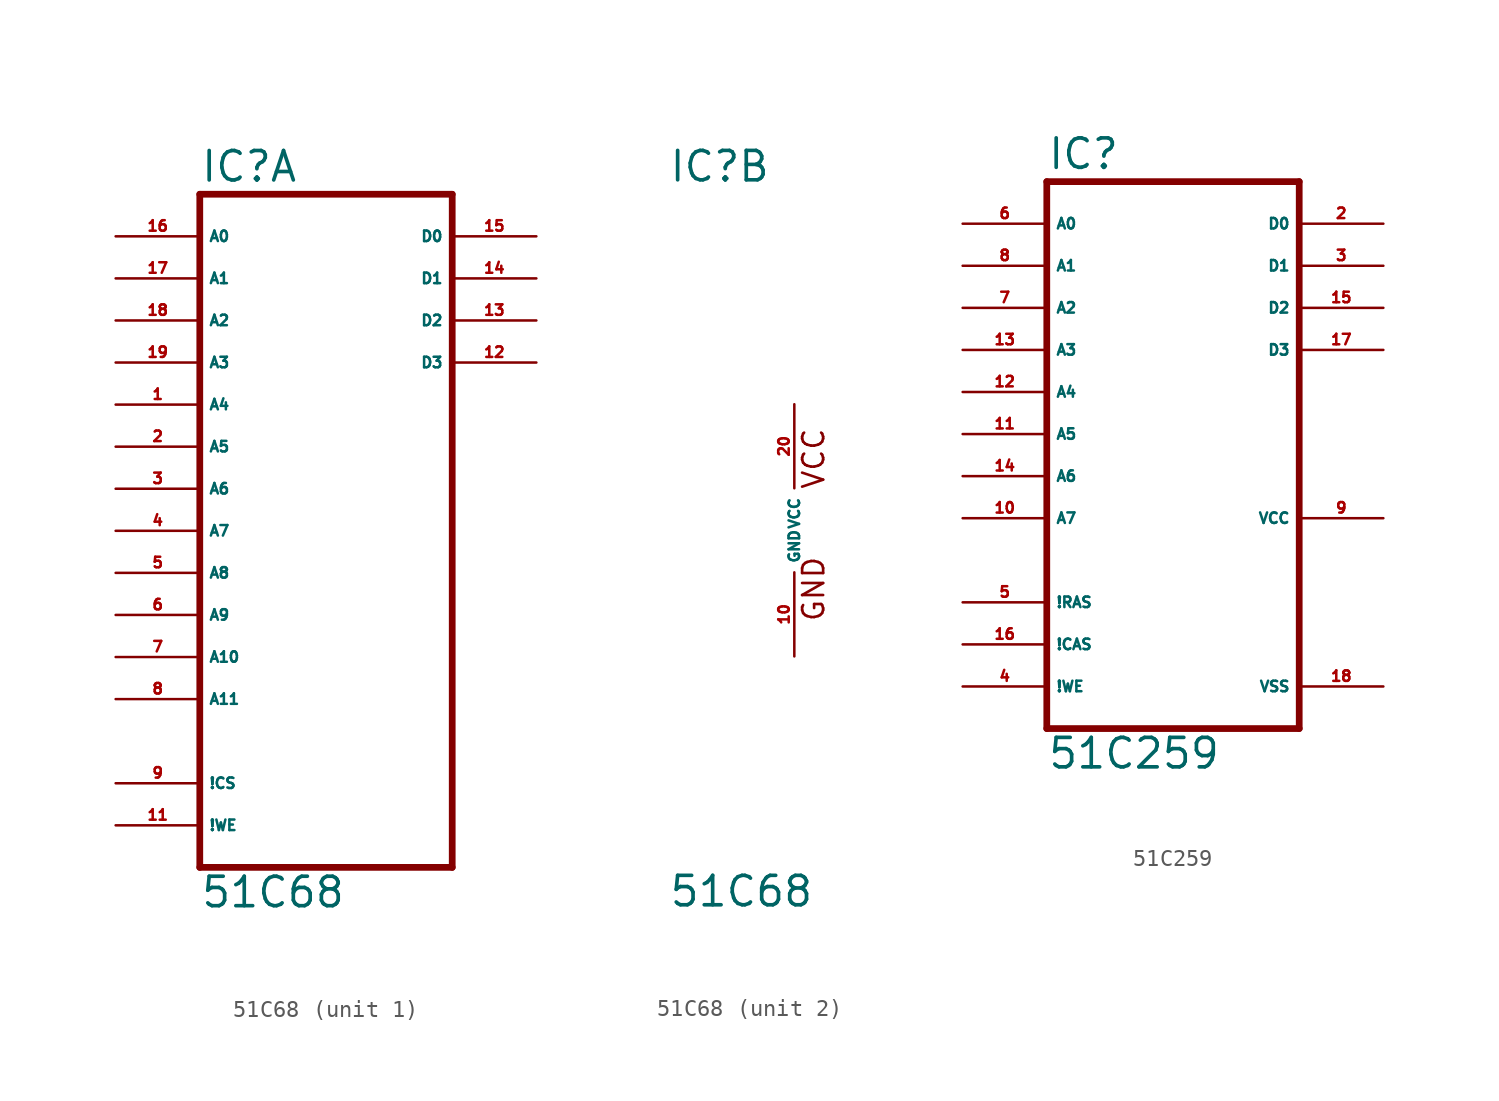
<source format=kicad_sym>
(kicad_symbol_lib
  (version 20220914)
  (generator Eagle2Kicad)
  (symbol "51C68"
    (property "Reference" "IC"
      (at -7.62 20.955 0)
      (effects (font (size 1.778 1.778) (thickness 0.22)) (justify left bottom)))
    (property "Value" "51C68"
      (at -7.62 -22.86 0)
      (effects (font (size 1.778 1.778) (thickness 0.22)) (justify left bottom)))
    (symbol "51C68_1_0"
      (polyline (pts (xy -7.62 -20.32) (xy 7.62 -20.32)) (stroke (width 0.406) (type default)) (fill (type none)))
      (polyline (pts (xy 7.62 -20.32) (xy 7.62 20.32)) (stroke (width 0.406) (type default)) (fill (type none)))
      (polyline (pts (xy 7.62 20.32) (xy -7.62 20.32)) (stroke (width 0.406) (type default)) (fill (type none)))
      (polyline (pts (xy -7.62 20.32) (xy -7.62 -20.32)) (stroke (width 0.406) (type default)) (fill (type none)))
      (pin input line (at -12.7 7.62 0) (length 5.08) (name "A4" (effects (font (size 0.635 0.635) (thickness 0.08)) (justify left bottom))) (number "1" (effects (font (size 0.635 0.635) (thickness 0.08)) (justify left bottom))))
      (pin input line (at -12.7 5.08 0) (length 5.08) (name "A5" (effects (font (size 0.635 0.635) (thickness 0.08)) (justify left bottom))) (number "2" (effects (font (size 0.635 0.635) (thickness 0.08)) (justify left bottom))))
      (pin input line (at -12.7 2.54 0) (length 5.08) (name "A6" (effects (font (size 0.635 0.635) (thickness 0.08)) (justify left bottom))) (number "3" (effects (font (size 0.635 0.635) (thickness 0.08)) (justify left bottom))))
      (pin input line (at -12.7 0 0) (length 5.08) (name "A7" (effects (font (size 0.635 0.635) (thickness 0.08)) (justify left bottom))) (number "4" (effects (font (size 0.635 0.635) (thickness 0.08)) (justify left bottom))))
      (pin input line (at -12.7 -2.54 0) (length 5.08) (name "A8" (effects (font (size 0.635 0.635) (thickness 0.08)) (justify left bottom))) (number "5" (effects (font (size 0.635 0.635) (thickness 0.08)) (justify left bottom))))
      (pin input line (at -12.7 -5.08 0) (length 5.08) (name "A9" (effects (font (size 0.635 0.635) (thickness 0.08)) (justify left bottom))) (number "6" (effects (font (size 0.635 0.635) (thickness 0.08)) (justify left bottom))))
      (pin input line (at -12.7 -7.62 0) (length 5.08) (name "A10" (effects (font (size 0.635 0.635) (thickness 0.08)) (justify left bottom))) (number "7" (effects (font (size 0.635 0.635) (thickness 0.08)) (justify left bottom))))
      (pin input line (at -12.7 -10.16 0) (length 5.08) (name "A11" (effects (font (size 0.635 0.635) (thickness 0.08)) (justify left bottom))) (number "8" (effects (font (size 0.635 0.635) (thickness 0.08)) (justify left bottom))))
      (pin input line (at -12.7 -15.24 0) (length 5.08) (name "!CS" (effects (font (size 0.635 0.635) (thickness 0.08)) (justify left bottom))) (number "9" (effects (font (size 0.635 0.635) (thickness 0.08)) (justify left bottom))))
      (pin input line (at -12.7 -17.78 0) (length 5.08) (name "!WE" (effects (font (size 0.635 0.635) (thickness 0.08)) (justify left bottom))) (number "11" (effects (font (size 0.635 0.635) (thickness 0.08)) (justify left bottom))))
      (pin bidirectional line (at 12.7 10.16 180) (length 5.08) (name "D3" (effects (font (size 0.635 0.635) (thickness 0.08)) (justify left bottom))) (number "12" (effects (font (size 0.635 0.635) (thickness 0.08)) (justify left bottom))))
      (pin bidirectional line (at 12.7 12.7 180) (length 5.08) (name "D2" (effects (font (size 0.635 0.635) (thickness 0.08)) (justify left bottom))) (number "13" (effects (font (size 0.635 0.635) (thickness 0.08)) (justify left bottom))))
      (pin bidirectional line (at 12.7 15.24 180) (length 5.08) (name "D1" (effects (font (size 0.635 0.635) (thickness 0.08)) (justify left bottom))) (number "14" (effects (font (size 0.635 0.635) (thickness 0.08)) (justify left bottom))))
      (pin bidirectional line (at 12.7 17.78 180) (length 5.08) (name "D0" (effects (font (size 0.635 0.635) (thickness 0.08)) (justify left bottom))) (number "15" (effects (font (size 0.635 0.635) (thickness 0.08)) (justify left bottom))))
      (pin input line (at -12.7 17.78 0) (length 5.08) (name "A0" (effects (font (size 0.635 0.635) (thickness 0.08)) (justify left bottom))) (number "16" (effects (font (size 0.635 0.635) (thickness 0.08)) (justify left bottom))))
      (pin input line (at -12.7 15.24 0) (length 5.08) (name "A1" (effects (font (size 0.635 0.635) (thickness 0.08)) (justify left bottom))) (number "17" (effects (font (size 0.635 0.635) (thickness 0.08)) (justify left bottom))))
      (pin input line (at -12.7 12.7 0) (length 5.08) (name "A2" (effects (font (size 0.635 0.635) (thickness 0.08)) (justify left bottom))) (number "18" (effects (font (size 0.635 0.635) (thickness 0.08)) (justify left bottom))))
      (pin input line (at -12.7 10.16 0) (length 5.08) (name "A3" (effects (font (size 0.635 0.635) (thickness 0.08)) (justify left bottom))) (number "19" (effects (font (size 0.635 0.635) (thickness 0.08)) (justify left bottom)))))
    (symbol "51C68_2_0"
      (text "GND" (at 1.905 -5.588 900) (effects (font (size 1.27 1.27) (thickness 0.16)) (justify left bottom)))
      (text "VCC" (at 1.905 2.413 900) (effects (font (size 1.27 1.27) (thickness 0.16)) (justify left bottom)))
      (pin unspecified line (at 0 -7.62 90) (length 5.08) (name "GND" (effects (font (size 0.635 0.635) (thickness 0.08)) (justify left bottom))) (number "10" (effects (font (size 0.635 0.635) (thickness 0.08)) (justify left bottom))))
      (pin unspecified line (at 0 7.62 270) (length 5.08) (name "VCC" (effects (font (size 0.635 0.635) (thickness 0.08)) (justify left bottom))) (number "20" (effects (font (size 0.635 0.635) (thickness 0.08)) (justify left bottom))))))
  (symbol "51C259"
    (property "Reference" "IC"
      (at -7.62 15.875 0)
      (effects (font (size 1.778 1.778) (thickness 0.22)) (justify left bottom)))
    (property "Value" "51C259"
      (at -7.62 -20.32 0)
      (effects (font (size 1.778 1.778) (thickness 0.22)) (justify left bottom)))
    (polyline
      (pts (xy -7.62 -17.78) (xy 7.62 -17.78))
      (stroke (width 0.406) (type default))
      (fill (type none)))
    (polyline
      (pts (xy 7.62 -17.78) (xy 7.62 15.24))
      (stroke (width 0.406) (type default))
      (fill (type none)))
    (polyline
      (pts (xy 7.62 15.24) (xy -7.62 15.24))
      (stroke (width 0.406) (type default))
      (fill (type none)))
    (polyline
      (pts (xy -7.62 15.24) (xy -7.62 -17.78))
      (stroke (width 0.406) (type default))
      (fill (type none)))
    (pin bidirectional line
      (at 12.7 12.7 180)
      (length 5.08)
      (name "D0" (effects (font (size 0.635 0.635) (thickness 0.08)) (justify left bottom)))
      (number "2" (effects (font (size 0.635 0.635) (thickness 0.08)) (justify left bottom))))
    (pin bidirectional line
      (at 12.7 10.16 180)
      (length 5.08)
      (name "D1" (effects (font (size 0.635 0.635) (thickness 0.08)) (justify left bottom)))
      (number "3" (effects (font (size 0.635 0.635) (thickness 0.08)) (justify left bottom))))
    (pin input line
      (at -12.7 -15.24 0)
      (length 5.08)
      (name "!WE" (effects (font (size 0.635 0.635) (thickness 0.08)) (justify left bottom)))
      (number "4" (effects (font (size 0.635 0.635) (thickness 0.08)) (justify left bottom))))
    (pin input line
      (at -12.7 -10.16 0)
      (length 5.08)
      (name "!RAS" (effects (font (size 0.635 0.635) (thickness 0.08)) (justify left bottom)))
      (number "5" (effects (font (size 0.635 0.635) (thickness 0.08)) (justify left bottom))))
    (pin input line
      (at -12.7 12.7 0)
      (length 5.08)
      (name "A0" (effects (font (size 0.635 0.635) (thickness 0.08)) (justify left bottom)))
      (number "6" (effects (font (size 0.635 0.635) (thickness 0.08)) (justify left bottom))))
    (pin input line
      (at -12.7 7.62 0)
      (length 5.08)
      (name "A2" (effects (font (size 0.635 0.635) (thickness 0.08)) (justify left bottom)))
      (number "7" (effects (font (size 0.635 0.635) (thickness 0.08)) (justify left bottom))))
    (pin input line
      (at -12.7 10.16 0)
      (length 5.08)
      (name "A1" (effects (font (size 0.635 0.635) (thickness 0.08)) (justify left bottom)))
      (number "8" (effects (font (size 0.635 0.635) (thickness 0.08)) (justify left bottom))))
    (pin input line
      (at -12.7 -5.08 0)
      (length 5.08)
      (name "A7" (effects (font (size 0.635 0.635) (thickness 0.08)) (justify left bottom)))
      (number "10" (effects (font (size 0.635 0.635) (thickness 0.08)) (justify left bottom))))
    (pin input line
      (at -12.7 0 0)
      (length 5.08)
      (name "A5" (effects (font (size 0.635 0.635) (thickness 0.08)) (justify left bottom)))
      (number "11" (effects (font (size 0.635 0.635) (thickness 0.08)) (justify left bottom))))
    (pin input line
      (at -12.7 2.54 0)
      (length 5.08)
      (name "A4" (effects (font (size 0.635 0.635) (thickness 0.08)) (justify left bottom)))
      (number "12" (effects (font (size 0.635 0.635) (thickness 0.08)) (justify left bottom))))
    (pin input line
      (at -12.7 5.08 0)
      (length 5.08)
      (name "A3" (effects (font (size 0.635 0.635) (thickness 0.08)) (justify left bottom)))
      (number "13" (effects (font (size 0.635 0.635) (thickness 0.08)) (justify left bottom))))
    (pin input line
      (at -12.7 -2.54 0)
      (length 5.08)
      (name "A6" (effects (font (size 0.635 0.635) (thickness 0.08)) (justify left bottom)))
      (number "14" (effects (font (size 0.635 0.635) (thickness 0.08)) (justify left bottom))))
    (pin bidirectional line
      (at 12.7 7.62 180)
      (length 5.08)
      (name "D2" (effects (font (size 0.635 0.635) (thickness 0.08)) (justify left bottom)))
      (number "15" (effects (font (size 0.635 0.635) (thickness 0.08)) (justify left bottom))))
    (pin input line
      (at -12.7 -12.7 0)
      (length 5.08)
      (name "!CAS" (effects (font (size 0.635 0.635) (thickness 0.08)) (justify left bottom)))
      (number "16" (effects (font (size 0.635 0.635) (thickness 0.08)) (justify left bottom))))
    (pin bidirectional line
      (at 12.7 5.08 180)
      (length 5.08)
      (name "D3" (effects (font (size 0.635 0.635) (thickness 0.08)) (justify left bottom)))
      (number "17" (effects (font (size 0.635 0.635) (thickness 0.08)) (justify left bottom))))
    (pin unspecified line
      (at 12.7 -15.24 180)
      (length 5.08)
      (name "VSS" (effects (font (size 0.635 0.635) (thickness 0.08)) (justify left bottom)))
      (number "18" (effects (font (size 0.635 0.635) (thickness 0.08)) (justify left bottom))))
    (pin unspecified line
      (at 12.7 -5.08 180)
      (length 5.08)
      (name "VCC" (effects (font (size 0.635 0.635) (thickness 0.08)) (justify left bottom)))
      (number "9" (effects (font (size 0.635 0.635) (thickness 0.08)) (justify left bottom))))))
</source>
